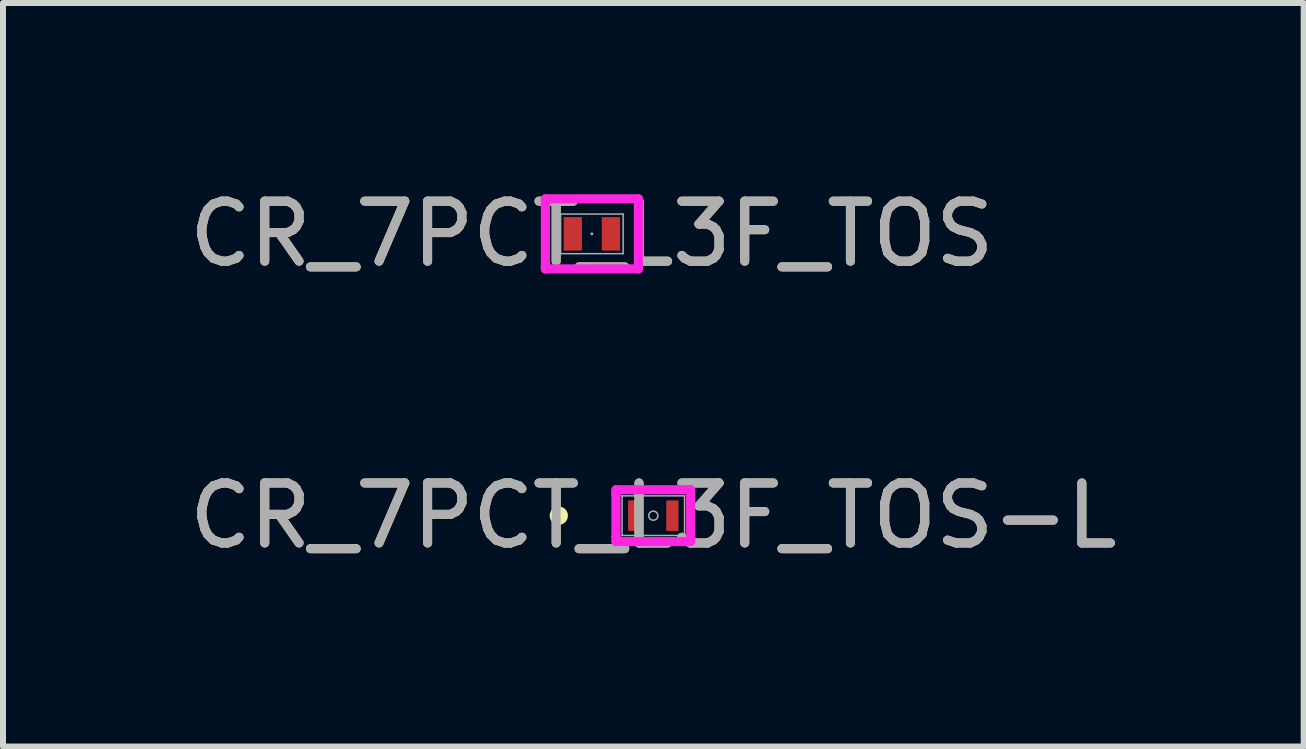
<source format=kicad_pcb>
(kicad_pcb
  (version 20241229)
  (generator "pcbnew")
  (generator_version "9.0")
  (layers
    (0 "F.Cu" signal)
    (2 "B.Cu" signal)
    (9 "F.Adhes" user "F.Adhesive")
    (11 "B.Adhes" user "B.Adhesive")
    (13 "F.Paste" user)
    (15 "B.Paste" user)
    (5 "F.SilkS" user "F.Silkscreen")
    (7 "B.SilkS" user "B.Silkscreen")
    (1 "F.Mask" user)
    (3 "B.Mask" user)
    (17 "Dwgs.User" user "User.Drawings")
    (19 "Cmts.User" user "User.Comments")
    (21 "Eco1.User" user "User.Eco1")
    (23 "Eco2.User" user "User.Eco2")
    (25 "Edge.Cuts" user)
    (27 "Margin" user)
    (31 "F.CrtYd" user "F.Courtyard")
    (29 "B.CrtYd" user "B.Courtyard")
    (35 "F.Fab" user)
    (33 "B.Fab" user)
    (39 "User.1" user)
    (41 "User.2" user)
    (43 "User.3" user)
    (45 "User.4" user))
  (footprint "CR_7PCT_L3F_TOS-L"
    (layer "F.Cu")
    (at 7.839 5.545)
    (property "Reference" "CR_7PCT_L3F_TOS-L" (at 0 0 0) (unlocked yes) (layer "F.SilkS") (effects (font (size 1 1) (thickness 0.15))))
    (attr smd)
    (fp_circle (center -1.575 0) (end -1.499 0) (stroke (width 0.152) (type solid)) (fill no) (layer "F.SilkS"))
    (fp_line (start -0.622 -0.432) (end 0.622 -0.432) (stroke (width 0.152) (type solid)) (layer "F.CrtYd"))
    (fp_line (start -0.622 -0.356) (end -0.622 -0.432) (stroke (width 0.152) (type solid)) (layer "F.CrtYd"))
    (fp_line (start -0.622 -0.356) (end -0.622 -0.356) (stroke (width 0.152) (type solid)) (layer "F.CrtYd"))
    (fp_line (start -0.622 0.356) (end -0.622 -0.356) (stroke (width 0.152) (type solid)) (layer "F.CrtYd"))
    (fp_line (start -0.622 0.356) (end -0.622 0.356) (stroke (width 0.152) (type solid)) (layer "F.CrtYd"))
    (fp_line (start -0.622 0.432) (end -0.622 0.356) (stroke (width 0.152) (type solid)) (layer "F.CrtYd"))
    (fp_line (start 0.622 -0.432) (end 0.622 -0.356) (stroke (width 0.152) (type solid)) (layer "F.CrtYd"))
    (fp_line (start 0.622 -0.356) (end 0.622 -0.356) (stroke (width 0.152) (type solid)) (layer "F.CrtYd"))
    (fp_line (start 0.622 -0.356) (end 0.622 0.356) (stroke (width 0.152) (type solid)) (layer "F.CrtYd"))
    (fp_line (start 0.622 0.356) (end 0.622 0.356) (stroke (width 0.152) (type solid)) (layer "F.CrtYd"))
    (fp_line (start 0.622 0.356) (end 0.622 0.432) (stroke (width 0.152) (type solid)) (layer "F.CrtYd"))
    (fp_line (start 0.622 0.432) (end -0.622 0.432) (stroke (width 0.152) (type solid)) (layer "F.CrtYd"))
    (fp_line (start -0.521 -0.33) (end -0.521 0.33) (stroke (width 0.025) (type solid)) (layer "F.Fab"))
    (fp_line (start -0.521 0.33) (end 0.521 0.33) (stroke (width 0.025) (type solid)) (layer "F.Fab"))
    (fp_line (start 0.521 -0.33) (end -0.521 -0.33) (stroke (width 0.025) (type solid)) (layer "F.Fab"))
    (fp_line (start 0.521 0.33) (end 0.521 -0.33) (stroke (width 0.025) (type solid)) (layer "F.Fab"))
    (fp_circle (center 0 0) (end 0.076 0) (stroke (width 0.025) (type solid)) (fill no) (layer "F.Fab"))
    (fp_text user "${REFERENCE}" (at 0 0 0) (unlocked yes) (layer "F.Fab") (effects (font (size 1 1) (thickness 0.15))))
    (pad "1" smd rect (at -0.318 0) (size 0.203 0.508) (layers "F.Cu" "F.Mask" "F.Paste"))
    (pad "2" smd rect (at 0.318 0) (size 0.203 0.508) (layers "F.Cu" "F.Mask" "F.Paste")))
  (footprint "CR_7PCT_L3F_TOS"
    (layer "F.Cu")
    (at 6.815 0.848)
    (property "Reference" "CR_7PCT_L3F_TOS" (at 0 0 0) (unlocked yes) (layer "F.SilkS") (effects (font (size 1 1) (thickness 0.15))))
    (attr smd)
    (fp_line (start -0.775 -0.584) (end 0.775 -0.584) (stroke (width 0.152) (type solid)) (layer "F.CrtYd"))
    (fp_line (start -0.775 -0.533) (end -0.775 -0.584) (stroke (width 0.152) (type solid)) (layer "F.CrtYd"))
    (fp_line (start -0.775 -0.533) (end -0.775 -0.533) (stroke (width 0.152) (type solid)) (layer "F.CrtYd"))
    (fp_line (start -0.775 0.533) (end -0.775 -0.533) (stroke (width 0.152) (type solid)) (layer "F.CrtYd"))
    (fp_line (start -0.775 0.533) (end -0.775 0.533) (stroke (width 0.152) (type solid)) (layer "F.CrtYd"))
    (fp_line (start -0.775 0.584) (end -0.775 0.533) (stroke (width 0.152) (type solid)) (layer "F.CrtYd"))
    (fp_line (start 0.775 -0.584) (end 0.775 -0.533) (stroke (width 0.152) (type solid)) (layer "F.CrtYd"))
    (fp_line (start 0.775 -0.533) (end 0.775 -0.533) (stroke (width 0.152) (type solid)) (layer "F.CrtYd"))
    (fp_line (start 0.775 -0.533) (end 0.775 0.533) (stroke (width 0.152) (type solid)) (layer "F.CrtYd"))
    (fp_line (start 0.775 0.533) (end 0.775 0.533) (stroke (width 0.152) (type solid)) (layer "F.CrtYd"))
    (fp_line (start 0.775 0.533) (end 0.775 0.584) (stroke (width 0.152) (type solid)) (layer "F.CrtYd"))
    (fp_line (start 0.775 0.584) (end -0.775 0.584) (stroke (width 0.152) (type solid)) (layer "F.CrtYd"))
    (fp_line (start -0.521 -0.33) (end -0.521 0.33) (stroke (width 0.025) (type solid)) (layer "F.Fab"))
    (fp_line (start -0.521 0.33) (end 0.521 0.33) (stroke (width 0.025) (type solid)) (layer "F.Fab"))
    (fp_line (start 0.521 -0.33) (end -0.521 -0.33) (stroke (width 0.025) (type solid)) (layer "F.Fab"))
    (fp_line (start 0.521 0.33) (end 0.521 -0.33) (stroke (width 0.025) (type solid)) (layer "F.Fab"))
    (fp_circle (center 0 0) (end 0 0) (stroke (width 0.025) (type solid)) (fill no) (layer "F.Fab"))
    (fp_text user "${REFERENCE}" (at 0 0 0) (unlocked yes) (layer "F.Fab") (effects (font (size 1 1) (thickness 0.15))))
    (pad "1" smd rect (at -0.318 0) (size 0.305 0.559) (layers "F.Cu" "F.Mask" "F.Paste"))
    (pad "2" smd rect (at 0.318 0) (size 0.305 0.559) (layers "F.Cu" "F.Mask" "F.Paste")))
  (gr_rect
    (start -3 -3)
    (end 18.679 9.393)
    (stroke (width 0.1) (type default))
    (fill no)
    (layer "Edge.Cuts")))
</source>
